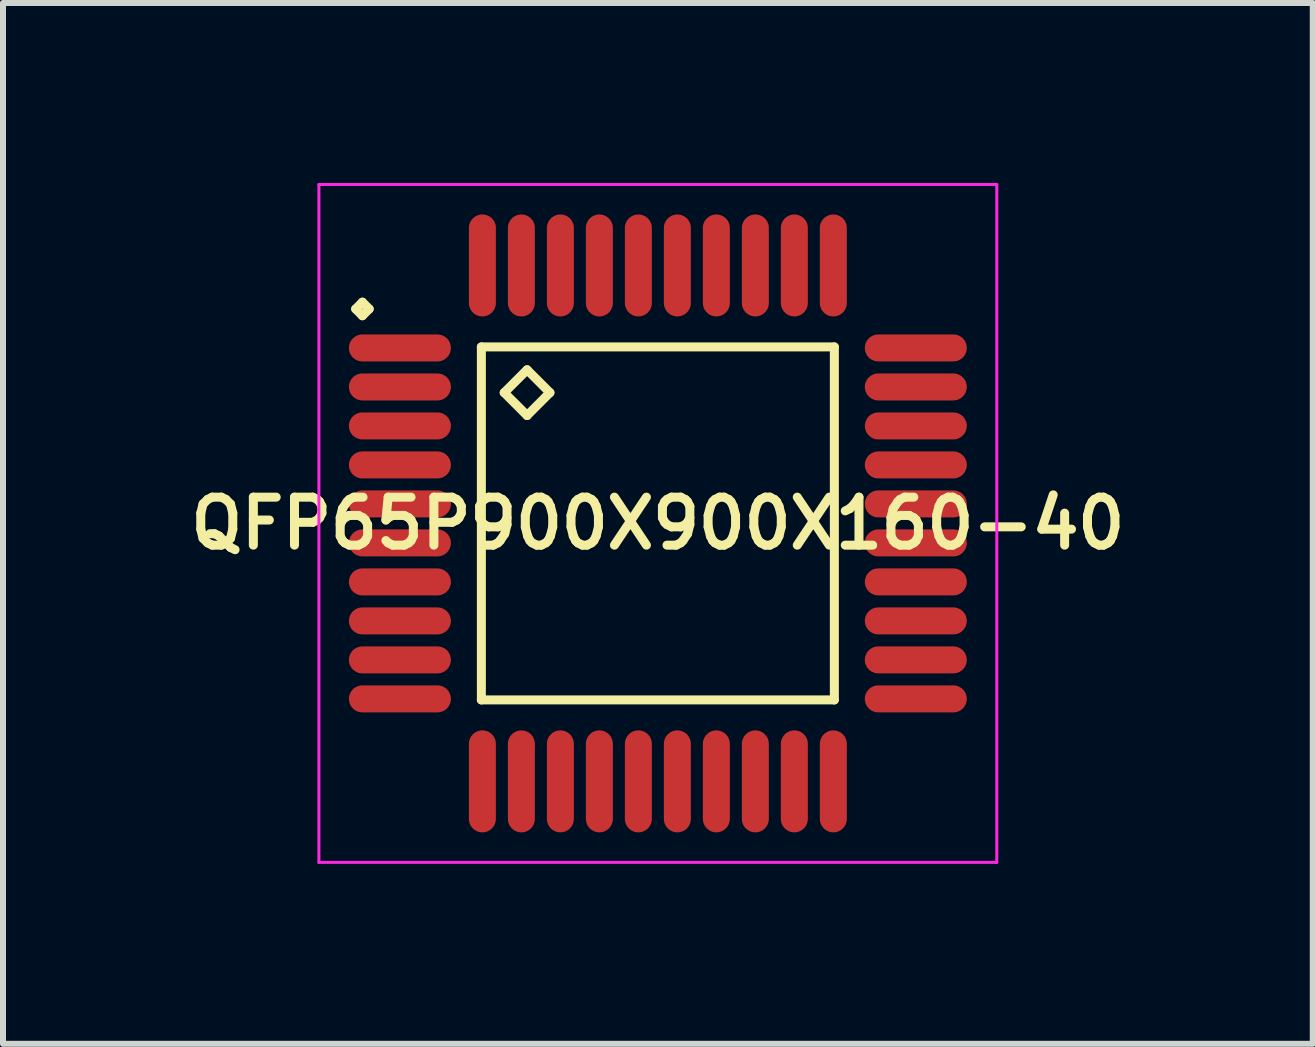
<source format=kicad_pcb>
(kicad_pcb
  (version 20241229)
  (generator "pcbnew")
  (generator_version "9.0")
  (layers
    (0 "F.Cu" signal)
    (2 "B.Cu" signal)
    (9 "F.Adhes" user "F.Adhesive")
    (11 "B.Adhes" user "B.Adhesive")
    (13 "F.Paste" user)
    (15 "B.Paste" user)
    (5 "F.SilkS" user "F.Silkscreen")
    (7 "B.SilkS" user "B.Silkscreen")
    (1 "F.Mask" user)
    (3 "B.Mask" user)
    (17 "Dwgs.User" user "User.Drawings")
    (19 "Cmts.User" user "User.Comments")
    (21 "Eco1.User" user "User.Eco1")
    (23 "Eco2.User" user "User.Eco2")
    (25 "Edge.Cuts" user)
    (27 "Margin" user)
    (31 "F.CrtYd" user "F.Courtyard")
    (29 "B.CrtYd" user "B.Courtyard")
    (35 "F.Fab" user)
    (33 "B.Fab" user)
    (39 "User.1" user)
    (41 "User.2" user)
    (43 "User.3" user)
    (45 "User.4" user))
  (footprint "QFP65P900X900X160-40"
    (layer "F.Cu")
    (at 7.916 5.675)
    (property "Reference" "QFP65P900X900X160-40" (at 0 0 0) (layer "F.SilkS") (effects (font (size 0.8 0.8) (thickness 0.15))))
    (attr smd)
    (fp_line (start -5.037 -3.575) (end -4.925 -3.688) (stroke (width 0.15) (type solid)) (layer "F.SilkS"))
    (fp_line (start -4.925 -3.688) (end -4.812 -3.575) (stroke (width 0.15) (type solid)) (layer "F.SilkS"))
    (fp_line (start -4.925 -3.462) (end -5.037 -3.575) (stroke (width 0.15) (type solid)) (layer "F.SilkS"))
    (fp_line (start -4.812 -3.575) (end -4.925 -3.462) (stroke (width 0.15) (type solid)) (layer "F.SilkS"))
    (fp_line (start -2.942 -2.942) (end -2.942 2.942) (stroke (width 0.15) (type solid)) (layer "F.SilkS"))
    (fp_line (start -2.942 2.942) (end 2.942 2.942) (stroke (width 0.15) (type solid)) (layer "F.SilkS"))
    (fp_line (start -2.561 -2.18) (end -2.18 -2.561) (stroke (width 0.15) (type solid)) (layer "F.SilkS"))
    (fp_line (start -2.18 -2.561) (end -1.799 -2.18) (stroke (width 0.15) (type solid)) (layer "F.SilkS"))
    (fp_line (start -2.18 -1.799) (end -2.561 -2.18) (stroke (width 0.15) (type solid)) (layer "F.SilkS"))
    (fp_line (start -1.799 -2.18) (end -2.18 -1.799) (stroke (width 0.15) (type solid)) (layer "F.SilkS"))
    (fp_line (start 2.942 -2.942) (end -2.942 -2.942) (stroke (width 0.15) (type solid)) (layer "F.SilkS"))
    (fp_line (start 2.942 2.942) (end 2.942 -2.942) (stroke (width 0.15) (type solid)) (layer "F.SilkS"))
    (fp_line (start -5.65 -5.65) (end 5.65 -5.65) (stroke (width 0.05) (type solid)) (layer "F.CrtYd"))
    (fp_line (start -5.65 5.65) (end -5.65 -5.65) (stroke (width 0.05) (type solid)) (layer "F.CrtYd"))
    (fp_line (start 5.65 -5.65) (end 5.65 5.65) (stroke (width 0.05) (type solid)) (layer "F.CrtYd"))
    (fp_line (start 5.65 5.65) (end -5.65 5.65) (stroke (width 0.05) (type solid)) (layer "F.CrtYd"))
    (pad "1" smd oval (at -4.3 -2.925) (size 1.7 0.45) (layers "F.Cu" "F.Mask" "F.Paste"))
    (pad "2" smd oval (at -4.3 -2.275) (size 1.7 0.45) (layers "F.Cu" "F.Mask" "F.Paste"))
    (pad "3" smd oval (at -4.3 -1.625) (size 1.7 0.45) (layers "F.Cu" "F.Mask" "F.Paste"))
    (pad "4" smd oval (at -4.3 -0.975) (size 1.7 0.45) (layers "F.Cu" "F.Mask" "F.Paste"))
    (pad "5" smd oval (at -4.3 -0.325) (size 1.7 0.45) (layers "F.Cu" "F.Mask" "F.Paste"))
    (pad "6" smd oval (at -4.3 0.325) (size 1.7 0.45) (layers "F.Cu" "F.Mask" "F.Paste"))
    (pad "7" smd oval (at -4.3 0.975) (size 1.7 0.45) (layers "F.Cu" "F.Mask" "F.Paste"))
    (pad "8" smd oval (at -4.3 1.625) (size 1.7 0.45) (layers "F.Cu" "F.Mask" "F.Paste"))
    (pad "9" smd oval (at -4.3 2.275) (size 1.7 0.45) (layers "F.Cu" "F.Mask" "F.Paste"))
    (pad "10" smd oval (at -4.3 2.925) (size 1.7 0.45) (layers "F.Cu" "F.Mask" "F.Paste"))
    (pad "11" smd oval (at -2.925 4.3) (size 0.45 1.7) (layers "F.Cu" "F.Mask" "F.Paste"))
    (pad "12" smd oval (at -2.275 4.3) (size 0.45 1.7) (layers "F.Cu" "F.Mask" "F.Paste"))
    (pad "13" smd oval (at -1.625 4.3) (size 0.45 1.7) (layers "F.Cu" "F.Mask" "F.Paste"))
    (pad "14" smd oval (at -0.975 4.3) (size 0.45 1.7) (layers "F.Cu" "F.Mask" "F.Paste"))
    (pad "15" smd oval (at -0.325 4.3) (size 0.45 1.7) (layers "F.Cu" "F.Mask" "F.Paste"))
    (pad "16" smd oval (at 0.325 4.3) (size 0.45 1.7) (layers "F.Cu" "F.Mask" "F.Paste"))
    (pad "17" smd oval (at 0.975 4.3) (size 0.45 1.7) (layers "F.Cu" "F.Mask" "F.Paste"))
    (pad "18" smd oval (at 1.625 4.3) (size 0.45 1.7) (layers "F.Cu" "F.Mask" "F.Paste"))
    (pad "19" smd oval (at 2.275 4.3) (size 0.45 1.7) (layers "F.Cu" "F.Mask" "F.Paste"))
    (pad "20" smd oval (at 2.925 4.3) (size 0.45 1.7) (layers "F.Cu" "F.Mask" "F.Paste"))
    (pad "21" smd oval (at 4.3 2.925) (size 1.7 0.45) (layers "F.Cu" "F.Mask" "F.Paste"))
    (pad "22" smd oval (at 4.3 2.275) (size 1.7 0.45) (layers "F.Cu" "F.Mask" "F.Paste"))
    (pad "23" smd oval (at 4.3 1.625) (size 1.7 0.45) (layers "F.Cu" "F.Mask" "F.Paste"))
    (pad "24" smd oval (at 4.3 0.975) (size 1.7 0.45) (layers "F.Cu" "F.Mask" "F.Paste"))
    (pad "25" smd oval (at 4.3 0.325) (size 1.7 0.45) (layers "F.Cu" "F.Mask" "F.Paste"))
    (pad "26" smd oval (at 4.3 -0.325) (size 1.7 0.45) (layers "F.Cu" "F.Mask" "F.Paste"))
    (pad "27" smd oval (at 4.3 -0.975) (size 1.7 0.45) (layers "F.Cu" "F.Mask" "F.Paste"))
    (pad "28" smd oval (at 4.3 -1.625) (size 1.7 0.45) (layers "F.Cu" "F.Mask" "F.Paste"))
    (pad "29" smd oval (at 4.3 -2.275) (size 1.7 0.45) (layers "F.Cu" "F.Mask" "F.Paste"))
    (pad "30" smd oval (at 4.3 -2.925) (size 1.7 0.45) (layers "F.Cu" "F.Mask" "F.Paste"))
    (pad "31" smd oval (at 2.925 -4.3) (size 0.45 1.7) (layers "F.Cu" "F.Mask" "F.Paste"))
    (pad "32" smd oval (at 2.275 -4.3) (size 0.45 1.7) (layers "F.Cu" "F.Mask" "F.Paste"))
    (pad "33" smd oval (at 1.625 -4.3) (size 0.45 1.7) (layers "F.Cu" "F.Mask" "F.Paste"))
    (pad "34" smd oval (at 0.975 -4.3) (size 0.45 1.7) (layers "F.Cu" "F.Mask" "F.Paste"))
    (pad "35" smd oval (at 0.325 -4.3) (size 0.45 1.7) (layers "F.Cu" "F.Mask" "F.Paste"))
    (pad "36" smd oval (at -0.325 -4.3) (size 0.45 1.7) (layers "F.Cu" "F.Mask" "F.Paste"))
    (pad "37" smd oval (at -0.975 -4.3) (size 0.45 1.7) (layers "F.Cu" "F.Mask" "F.Paste"))
    (pad "38" smd oval (at -1.625 -4.3) (size 0.45 1.7) (layers "F.Cu" "F.Mask" "F.Paste"))
    (pad "39" smd oval (at -2.275 -4.3) (size 0.45 1.7) (layers "F.Cu" "F.Mask" "F.Paste"))
    (pad "40" smd oval (at -2.925 -4.3) (size 0.45 1.7) (layers "F.Cu" "F.Mask" "F.Paste")))
  (gr_rect
    (start -3 -3)
    (end 18.833 14.35)
    (stroke (width 0.1) (type default))
    (fill no)
    (layer "Edge.Cuts")))
</source>
